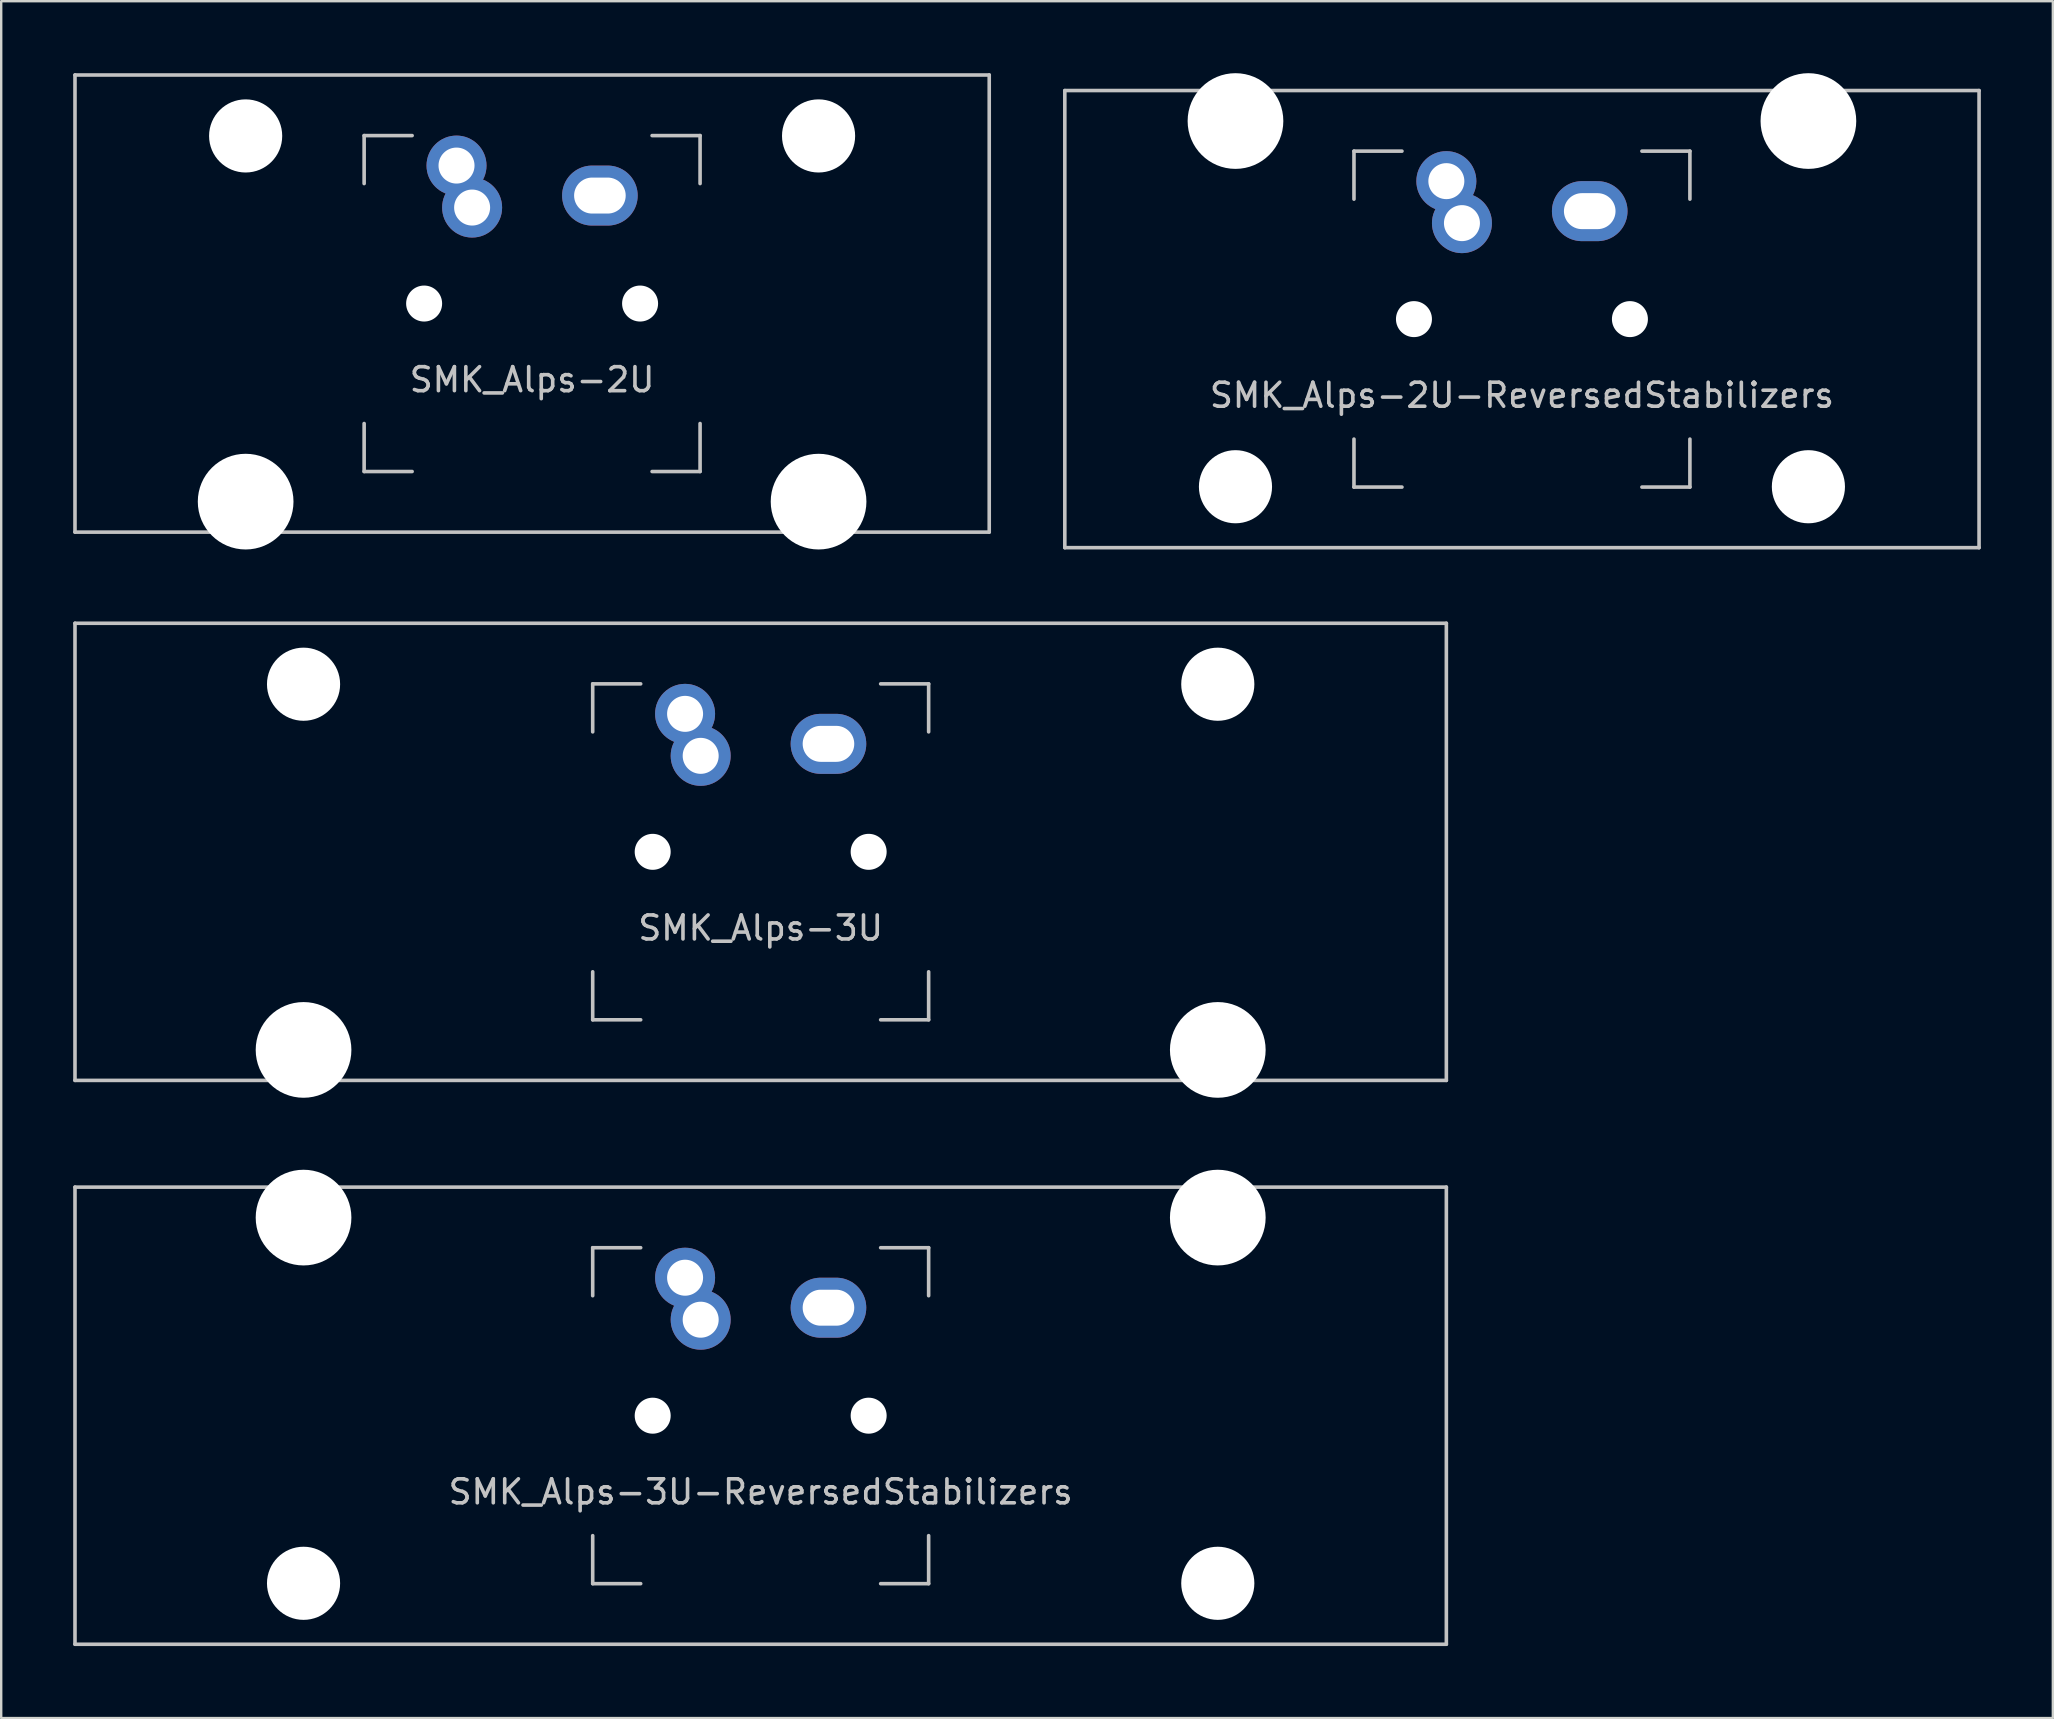
<source format=kicad_pcb>
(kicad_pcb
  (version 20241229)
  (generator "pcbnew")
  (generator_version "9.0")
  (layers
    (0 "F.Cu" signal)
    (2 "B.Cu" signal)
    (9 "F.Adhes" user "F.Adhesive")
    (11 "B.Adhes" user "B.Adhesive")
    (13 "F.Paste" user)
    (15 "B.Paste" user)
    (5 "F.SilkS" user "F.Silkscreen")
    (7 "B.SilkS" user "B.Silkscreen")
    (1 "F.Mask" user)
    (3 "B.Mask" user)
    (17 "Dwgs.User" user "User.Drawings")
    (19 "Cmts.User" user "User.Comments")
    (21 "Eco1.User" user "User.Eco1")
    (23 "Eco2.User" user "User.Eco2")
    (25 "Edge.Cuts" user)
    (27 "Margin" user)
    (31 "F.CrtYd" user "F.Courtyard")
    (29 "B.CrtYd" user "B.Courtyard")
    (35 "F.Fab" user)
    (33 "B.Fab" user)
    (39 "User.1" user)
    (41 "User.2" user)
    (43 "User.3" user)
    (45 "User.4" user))
  (footprint "SMK_Alps-2U"
    (layer "F.Cu")
    (at 19.125 9.6)
    (property "Reference" "SMK_Alps-2U" (at 0 3.175 0) (layer "Dwgs.User") (effects (font (size 1 1) (thickness 0.15))))
    (attr through_hole)
    (fp_line (start -19.05 -9.525) (end 19.05 -9.525) (stroke (width 0.15) (type solid)) (layer "Dwgs.User"))
    (fp_line (start -19.05 9.525) (end -19.05 -9.525) (stroke (width 0.15) (type solid)) (layer "Dwgs.User"))
    (fp_line (start -19.05 9.525) (end 19.05 9.525) (stroke (width 0.15) (type solid)) (layer "Dwgs.User"))
    (fp_line (start -7 -7) (end -7 -5) (stroke (width 0.15) (type solid)) (layer "Dwgs.User"))
    (fp_line (start -7 5) (end -7 7) (stroke (width 0.15) (type solid)) (layer "Dwgs.User"))
    (fp_line (start -7 7) (end -5 7) (stroke (width 0.15) (type solid)) (layer "Dwgs.User"))
    (fp_line (start -5 -7) (end -7 -7) (stroke (width 0.15) (type solid)) (layer "Dwgs.User"))
    (fp_line (start 5 -7) (end 7 -7) (stroke (width 0.15) (type solid)) (layer "Dwgs.User"))
    (fp_line (start 5 7) (end 7 7) (stroke (width 0.15) (type solid)) (layer "Dwgs.User"))
    (fp_line (start 7 -7) (end 7 -5) (stroke (width 0.15) (type solid)) (layer "Dwgs.User"))
    (fp_line (start 7 7) (end 7 5) (stroke (width 0.15) (type solid)) (layer "Dwgs.User"))
    (fp_line (start 19.05 -9.525) (end 19.05 9.525) (stroke (width 0.15) (type solid)) (layer "Dwgs.User"))
    (pad "" np_thru_hole circle (at -11.938 -6.985) (size 3.048 3.048) (drill 3.048) (layers "*.Cu" "*.Mask"))
    (pad "" np_thru_hole circle (at -11.938 8.255) (size 3.988 3.988) (drill 3.988) (layers "*.Cu" "*.Mask"))
    (pad "" np_thru_hole circle (at -4.5 0 330.95) (size 1.5 1.5) (drill 1.5) (layers "*.Cu" "*.Mask"))
    (pad "" np_thru_hole circle (at 4.5 0 330.95) (size 1.5 1.5) (drill 1.5) (layers "*.Cu" "*.Mask"))
    (pad "" np_thru_hole circle (at 11.938 -6.985) (size 3.048 3.048) (drill 3.048) (layers "*.Cu" "*.Mask"))
    (pad "" np_thru_hole circle (at 11.938 8.255) (size 3.988 3.988) (drill 3.988) (layers "*.Cu" "*.Mask"))
    (pad "SW1" thru_hole circle (at -3.15 -5.75) (size 2.5 2.5) (drill 1.5) (layers "*.Cu" "*.Mask"))
    (pad "SW1" thru_hole circle (at -2.5 -4 330.95) (size 2.5 2.5) (drill 1.5) (layers "*.Cu" "*.Mask"))
    (pad "SW2" thru_hole oval (at 2.825 -4.5) (size 3.15 2.5) (drill oval 2.15 1.5) (layers "*.Cu" "*.Mask")))
  (footprint "SMK_Alps-3U"
    (layer "F.Cu")
    (at 28.65 32.449)
    (property "Reference" "SMK_Alps-3U" (at 0 3.175 0) (layer "Dwgs.User") (effects (font (size 1 1) (thickness 0.15))))
    (attr through_hole)
    (fp_line (start -28.575 -9.525) (end 28.575 -9.525) (stroke (width 0.15) (type solid)) (layer "Dwgs.User"))
    (fp_line (start -28.575 9.525) (end -28.575 -9.525) (stroke (width 0.15) (type solid)) (layer "Dwgs.User"))
    (fp_line (start -28.575 9.525) (end 28.575 9.525) (stroke (width 0.15) (type solid)) (layer "Dwgs.User"))
    (fp_line (start -7 -7) (end -7 -5) (stroke (width 0.15) (type solid)) (layer "Dwgs.User"))
    (fp_line (start -7 5) (end -7 7) (stroke (width 0.15) (type solid)) (layer "Dwgs.User"))
    (fp_line (start -7 7) (end -5 7) (stroke (width 0.15) (type solid)) (layer "Dwgs.User"))
    (fp_line (start -5 -7) (end -7 -7) (stroke (width 0.15) (type solid)) (layer "Dwgs.User"))
    (fp_line (start 5 -7) (end 7 -7) (stroke (width 0.15) (type solid)) (layer "Dwgs.User"))
    (fp_line (start 5 7) (end 7 7) (stroke (width 0.15) (type solid)) (layer "Dwgs.User"))
    (fp_line (start 7 -7) (end 7 -5) (stroke (width 0.15) (type solid)) (layer "Dwgs.User"))
    (fp_line (start 7 7) (end 7 5) (stroke (width 0.15) (type solid)) (layer "Dwgs.User"))
    (fp_line (start 28.575 -9.525) (end 28.575 9.525) (stroke (width 0.15) (type solid)) (layer "Dwgs.User"))
    (pad "" np_thru_hole circle (at -19.05 -6.985) (size 3.048 3.048) (drill 3.048) (layers "*.Cu" "*.Mask"))
    (pad "" np_thru_hole circle (at -19.05 8.255) (size 3.988 3.988) (drill 3.988) (layers "*.Cu" "*.Mask"))
    (pad "" np_thru_hole circle (at -4.5 0 330.95) (size 1.5 1.5) (drill 1.5) (layers "*.Cu" "*.Mask"))
    (pad "" np_thru_hole circle (at 4.5 0 330.95) (size 1.5 1.5) (drill 1.5) (layers "*.Cu" "*.Mask"))
    (pad "" np_thru_hole circle (at 19.05 -6.985) (size 3.048 3.048) (drill 3.048) (layers "*.Cu" "*.Mask"))
    (pad "" np_thru_hole circle (at 19.05 8.255) (size 3.988 3.988) (drill 3.988) (layers "*.Cu" "*.Mask"))
    (pad "SW1" thru_hole circle (at -3.15 -5.75) (size 2.5 2.5) (drill 1.5) (layers "*.Cu" "*.Mask"))
    (pad "SW1" thru_hole circle (at -2.5 -4 330.95) (size 2.5 2.5) (drill 1.5) (layers "*.Cu" "*.Mask"))
    (pad "SW2" thru_hole oval (at 2.825 -4.5) (size 3.15 2.5) (drill oval 2.15 1.5) (layers "*.Cu" "*.Mask")))
  (footprint "SMK_Alps-3U-ReversedStabilizers"
    (layer "F.Cu")
    (at 28.65 55.947)
    (property "Reference" "SMK_Alps-3U-ReversedStabilizers" (at 0 3.175 0) (layer "Dwgs.User") (effects (font (size 1 1) (thickness 0.15))))
    (attr through_hole)
    (fp_line (start -28.575 -9.525) (end 28.575 -9.525) (stroke (width 0.15) (type solid)) (layer "Dwgs.User"))
    (fp_line (start -28.575 9.525) (end -28.575 -9.525) (stroke (width 0.15) (type solid)) (layer "Dwgs.User"))
    (fp_line (start -28.575 9.525) (end 28.575 9.525) (stroke (width 0.15) (type solid)) (layer "Dwgs.User"))
    (fp_line (start -7 -7) (end -7 -5) (stroke (width 0.15) (type solid)) (layer "Dwgs.User"))
    (fp_line (start -7 5) (end -7 7) (stroke (width 0.15) (type solid)) (layer "Dwgs.User"))
    (fp_line (start -7 7) (end -5 7) (stroke (width 0.15) (type solid)) (layer "Dwgs.User"))
    (fp_line (start -5 -7) (end -7 -7) (stroke (width 0.15) (type solid)) (layer "Dwgs.User"))
    (fp_line (start 5 -7) (end 7 -7) (stroke (width 0.15) (type solid)) (layer "Dwgs.User"))
    (fp_line (start 5 7) (end 7 7) (stroke (width 0.15) (type solid)) (layer "Dwgs.User"))
    (fp_line (start 7 -7) (end 7 -5) (stroke (width 0.15) (type solid)) (layer "Dwgs.User"))
    (fp_line (start 7 7) (end 7 5) (stroke (width 0.15) (type solid)) (layer "Dwgs.User"))
    (fp_line (start 28.575 -9.525) (end 28.575 9.525) (stroke (width 0.15) (type solid)) (layer "Dwgs.User"))
    (pad "" np_thru_hole circle (at -19.05 -8.255) (size 3.988 3.988) (drill 3.988) (layers "*.Cu" "*.Mask"))
    (pad "" np_thru_hole circle (at -19.05 6.985) (size 3.048 3.048) (drill 3.048) (layers "*.Cu" "*.Mask"))
    (pad "" np_thru_hole circle (at -4.5 0 330.95) (size 1.5 1.5) (drill 1.5) (layers "*.Cu" "*.Mask"))
    (pad "" np_thru_hole circle (at 4.5 0 330.95) (size 1.5 1.5) (drill 1.5) (layers "*.Cu" "*.Mask"))
    (pad "" np_thru_hole circle (at 19.05 -8.255) (size 3.988 3.988) (drill 3.988) (layers "*.Cu" "*.Mask"))
    (pad "" np_thru_hole circle (at 19.05 6.985) (size 3.048 3.048) (drill 3.048) (layers "*.Cu" "*.Mask"))
    (pad "SW1" thru_hole circle (at -3.15 -5.75) (size 2.5 2.5) (drill 1.5) (layers "*.Cu" "*.Mask"))
    (pad "SW1" thru_hole circle (at -2.5 -4 330.95) (size 2.5 2.5) (drill 1.5) (layers "*.Cu" "*.Mask"))
    (pad "SW2" thru_hole oval (at 2.825 -4.5) (size 3.15 2.5) (drill oval 2.15 1.5) (layers "*.Cu" "*.Mask")))
  (footprint "SMK_Alps-2U-ReversedStabilizers"
    (layer "F.Cu")
    (at 60.375 10.249)
    (property "Reference" "SMK_Alps-2U-ReversedStabilizers" (at 0 3.175 0) (layer "Dwgs.User") (effects (font (size 1 1) (thickness 0.15))))
    (attr through_hole)
    (fp_line (start -19.05 -9.525) (end 19.05 -9.525) (stroke (width 0.15) (type solid)) (layer "Dwgs.User"))
    (fp_line (start -19.05 9.525) (end -19.05 -9.525) (stroke (width 0.15) (type solid)) (layer "Dwgs.User"))
    (fp_line (start -19.05 9.525) (end 19.05 9.525) (stroke (width 0.15) (type solid)) (layer "Dwgs.User"))
    (fp_line (start -7 -7) (end -7 -5) (stroke (width 0.15) (type solid)) (layer "Dwgs.User"))
    (fp_line (start -7 5) (end -7 7) (stroke (width 0.15) (type solid)) (layer "Dwgs.User"))
    (fp_line (start -7 7) (end -5 7) (stroke (width 0.15) (type solid)) (layer "Dwgs.User"))
    (fp_line (start -5 -7) (end -7 -7) (stroke (width 0.15) (type solid)) (layer "Dwgs.User"))
    (fp_line (start 5 -7) (end 7 -7) (stroke (width 0.15) (type solid)) (layer "Dwgs.User"))
    (fp_line (start 5 7) (end 7 7) (stroke (width 0.15) (type solid)) (layer "Dwgs.User"))
    (fp_line (start 7 -7) (end 7 -5) (stroke (width 0.15) (type solid)) (layer "Dwgs.User"))
    (fp_line (start 7 7) (end 7 5) (stroke (width 0.15) (type solid)) (layer "Dwgs.User"))
    (fp_line (start 19.05 -9.525) (end 19.05 9.525) (stroke (width 0.15) (type solid)) (layer "Dwgs.User"))
    (pad "" np_thru_hole circle (at -11.938 -8.255) (size 3.988 3.988) (drill 3.988) (layers "*.Cu" "*.Mask"))
    (pad "" np_thru_hole circle (at -11.938 6.985) (size 3.048 3.048) (drill 3.048) (layers "*.Cu" "*.Mask"))
    (pad "" np_thru_hole circle (at -4.5 0 330.95) (size 1.5 1.5) (drill 1.5) (layers "*.Cu" "*.Mask"))
    (pad "" np_thru_hole circle (at 4.5 0 330.95) (size 1.5 1.5) (drill 1.5) (layers "*.Cu" "*.Mask"))
    (pad "" np_thru_hole circle (at 11.938 -8.255) (size 3.988 3.988) (drill 3.988) (layers "*.Cu" "*.Mask"))
    (pad "" np_thru_hole circle (at 11.938 6.985) (size 3.048 3.048) (drill 3.048) (layers "*.Cu" "*.Mask"))
    (pad "SW1" thru_hole circle (at -3.15 -5.75) (size 2.5 2.5) (drill 1.5) (layers "*.Cu" "*.Mask"))
    (pad "SW1" thru_hole circle (at -2.5 -4 330.95) (size 2.5 2.5) (drill 1.5) (layers "*.Cu" "*.Mask"))
    (pad "SW2" thru_hole oval (at 2.825 -4.5) (size 3.15 2.5) (drill oval 2.15 1.5) (layers "*.Cu" "*.Mask")))
  (gr_rect
    (start -3 -3)
    (end 82.5 68.547)
    (stroke (width 0.1) (type default))
    (fill no)
    (layer "Edge.Cuts")))
</source>
